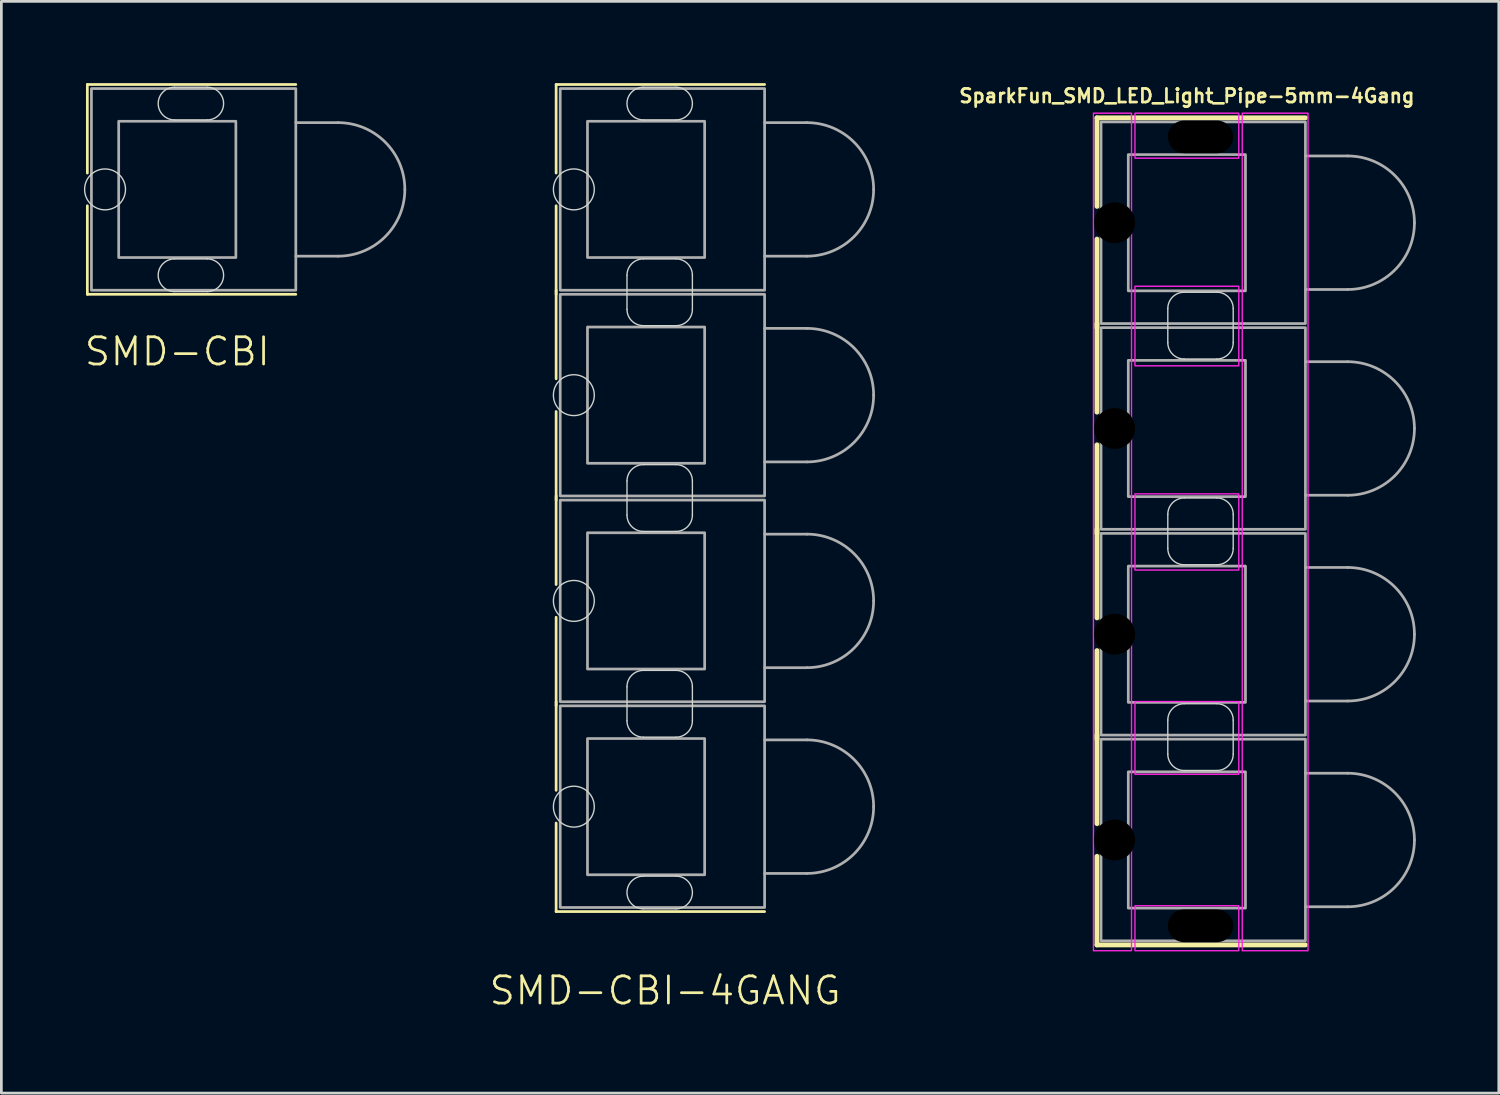
<source format=kicad_pcb>
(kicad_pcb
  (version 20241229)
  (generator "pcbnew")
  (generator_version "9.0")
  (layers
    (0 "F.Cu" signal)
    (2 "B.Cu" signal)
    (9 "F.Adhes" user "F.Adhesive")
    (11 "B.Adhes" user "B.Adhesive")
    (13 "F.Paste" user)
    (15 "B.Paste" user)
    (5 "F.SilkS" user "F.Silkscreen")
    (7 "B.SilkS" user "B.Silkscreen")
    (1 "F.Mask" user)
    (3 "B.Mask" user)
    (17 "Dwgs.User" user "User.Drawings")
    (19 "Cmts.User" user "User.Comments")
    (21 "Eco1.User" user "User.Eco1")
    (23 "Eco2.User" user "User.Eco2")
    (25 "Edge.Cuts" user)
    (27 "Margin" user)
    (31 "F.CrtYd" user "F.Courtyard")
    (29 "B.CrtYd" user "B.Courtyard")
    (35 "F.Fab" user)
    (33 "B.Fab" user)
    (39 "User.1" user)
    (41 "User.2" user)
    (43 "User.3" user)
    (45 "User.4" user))
  (footprint "SMD-CBI-4GANG"
    (layer "F.Cu")
    (at 20.657 26.55)
    (property "Reference" "SMD-CBI-4GANG" (at 0.7 6.75 0) (unlocked yes) (layer "F.SilkS") (effects (font (size 1 1) (thickness 0.1))))
    (fp_line (start -3.3 -26.5) (end -3.3 -23.25) (stroke (width 0.1) (type default)) (layer "F.SilkS"))
    (fp_line (start -3.3 -18.95) (end -3.3 -15.7) (stroke (width 0.1) (type default)) (layer "F.SilkS"))
    (fp_line (start -3.3 -18.8) (end -3.3 -22.05) (stroke (width 0.1) (type default)) (layer "F.SilkS"))
    (fp_line (start -3.3 -11.4) (end -3.3 -8.15) (stroke (width 0.1) (type default)) (layer "F.SilkS"))
    (fp_line (start -3.3 -11.25) (end -3.3 -14.5) (stroke (width 0.1) (type default)) (layer "F.SilkS"))
    (fp_line (start -3.3 -3.85) (end -3.3 -0.6) (stroke (width 0.1) (type default)) (layer "F.SilkS"))
    (fp_line (start -3.3 -3.7) (end -3.3 -6.95) (stroke (width 0.1) (type default)) (layer "F.SilkS"))
    (fp_line (start -3.3 3.85) (end -3.3 0.6) (stroke (width 0.1) (type default)) (layer "F.SilkS"))
    (fp_line (start 4.35 -26.5) (end -3.3 -26.5) (stroke (width 0.1) (type default)) (layer "F.SilkS"))
    (fp_line (start 4.35 3.85) (end -3.3 3.85) (stroke (width 0.1) (type default)) (layer "F.SilkS"))
    (fp_line (start -0.7 -19.5) (end -0.7 -18.25) (stroke (width 0.05) (type default)) (layer "Edge.Cuts"))
    (fp_line (start -0.7 -11.95) (end -0.7 -10.7) (stroke (width 0.05) (type default)) (layer "Edge.Cuts"))
    (fp_line (start -0.7 -4.4) (end -0.7 -3.15) (stroke (width 0.05) (type default)) (layer "Edge.Cuts"))
    (fp_line (start -0.1 -26.4) (end 1.1 -26.4) (stroke (width 0.05) (type default)) (layer "Edge.Cuts"))
    (fp_line (start -0.1 -20.1) (end 1.1 -20.1) (stroke (width 0.05) (type default)) (layer "Edge.Cuts"))
    (fp_line (start -0.1 -12.55) (end 1.1 -12.55) (stroke (width 0.05) (type default)) (layer "Edge.Cuts"))
    (fp_line (start -0.1 -5) (end 1.1 -5) (stroke (width 0.05) (type default)) (layer "Edge.Cuts"))
    (fp_line (start -0.1 2.55) (end 1.1 2.55) (stroke (width 0.05) (type default)) (layer "Edge.Cuts"))
    (fp_line (start 1.1 -25.2) (end -0.1 -25.2) (stroke (width 0.05) (type default)) (layer "Edge.Cuts"))
    (fp_line (start 1.1 -17.65) (end -0.1 -17.65) (stroke (width 0.05) (type default)) (layer "Edge.Cuts"))
    (fp_line (start 1.1 -10.1) (end -0.1 -10.1) (stroke (width 0.05) (type default)) (layer "Edge.Cuts"))
    (fp_line (start 1.1 -2.55) (end -0.1 -2.55) (stroke (width 0.05) (type default)) (layer "Edge.Cuts"))
    (fp_line (start 1.1 3.75) (end -0.1 3.75) (stroke (width 0.05) (type default)) (layer "Edge.Cuts"))
    (fp_line (start 1.7 -19.5) (end 1.7 -18.25) (stroke (width 0.05) (type default)) (layer "Edge.Cuts"))
    (fp_line (start 1.7 -11.95) (end 1.7 -10.7) (stroke (width 0.05) (type default)) (layer "Edge.Cuts"))
    (fp_line (start 1.7 -4.4) (end 1.7 -3.15) (stroke (width 0.05) (type default)) (layer "Edge.Cuts"))
    (fp_arc (start -0.7 -19.5) (mid -0.524264 -19.924264) (end -0.1 -20.1) (stroke (width 0.05) (type default)) (layer "Edge.Cuts"))
    (fp_arc (start -0.7 -11.95) (mid -0.524264 -12.374264) (end -0.1 -12.55) (stroke (width 0.05) (type default)) (layer "Edge.Cuts"))
    (fp_arc (start -0.7 -4.4) (mid -0.524264 -4.824264) (end -0.1 -5) (stroke (width 0.05) (type default)) (layer "Edge.Cuts"))
    (fp_arc (start -0.1 -25.2) (mid -0.7 -25.8) (end -0.1 -26.4) (stroke (width 0.05) (type default)) (layer "Edge.Cuts"))
    (fp_arc (start -0.1 -17.65) (mid -0.524264 -17.825736) (end -0.7 -18.25) (stroke (width 0.05) (type default)) (layer "Edge.Cuts"))
    (fp_arc (start -0.1 -10.1) (mid -0.524264 -10.275736) (end -0.7 -10.7) (stroke (width 0.05) (type default)) (layer "Edge.Cuts"))
    (fp_arc (start -0.1 -2.55) (mid -0.524264 -2.725736) (end -0.7 -3.15) (stroke (width 0.05) (type default)) (layer "Edge.Cuts"))
    (fp_arc (start -0.1 3.75) (mid -0.7 3.15) (end -0.1 2.55) (stroke (width 0.05) (type default)) (layer "Edge.Cuts"))
    (fp_arc (start 1.1 -26.4) (mid 1.7 -25.8) (end 1.1 -25.2) (stroke (width 0.05) (type default)) (layer "Edge.Cuts"))
    (fp_arc (start 1.1 -20.1) (mid 1.524264 -19.924264) (end 1.7 -19.5) (stroke (width 0.05) (type default)) (layer "Edge.Cuts"))
    (fp_arc (start 1.1 -12.55) (mid 1.524264 -12.374264) (end 1.7 -11.95) (stroke (width 0.05) (type default)) (layer "Edge.Cuts"))
    (fp_arc (start 1.1 -5) (mid 1.524264 -4.824264) (end 1.7 -4.4) (stroke (width 0.05) (type default)) (layer "Edge.Cuts"))
    (fp_arc (start 1.1 2.55) (mid 1.7 3.15) (end 1.1 3.75) (stroke (width 0.05) (type default)) (layer "Edge.Cuts"))
    (fp_arc (start 1.7 -18.25) (mid 1.524264 -17.825736) (end 1.1 -17.65) (stroke (width 0.05) (type default)) (layer "Edge.Cuts"))
    (fp_arc (start 1.7 -10.7) (mid 1.524264 -10.275736) (end 1.1 -10.1) (stroke (width 0.05) (type default)) (layer "Edge.Cuts"))
    (fp_arc (start 1.7 -3.15) (mid 1.524264 -2.725736) (end 1.1 -2.55) (stroke (width 0.05) (type default)) (layer "Edge.Cuts"))
    (fp_circle (center -2.65 -22.65) (end -1.9 -22.65) (stroke (width 0.05) (type default)) (fill no) (layer "Edge.Cuts"))
    (fp_circle (center -2.65 -15.1) (end -1.9 -15.1) (stroke (width 0.05) (type default)) (fill no) (layer "Edge.Cuts"))
    (fp_circle (center -2.65 -7.55) (end -1.9 -7.55) (stroke (width 0.05) (type default)) (fill no) (layer "Edge.Cuts"))
    (fp_circle (center -2.65 0) (end -1.9 0) (stroke (width 0.05) (type default)) (fill no) (layer "Edge.Cuts"))
    (fp_line (start 5.9 -25.1) (end 4.35 -25.1) (stroke (width 0.1) (type default)) (layer "F.Fab"))
    (fp_line (start 5.9 -20.2) (end 4.35 -20.2) (stroke (width 0.1) (type default)) (layer "F.Fab"))
    (fp_line (start 5.9 -17.55) (end 4.35 -17.55) (stroke (width 0.1) (type default)) (layer "F.Fab"))
    (fp_line (start 5.9 -12.65) (end 4.35 -12.65) (stroke (width 0.1) (type default)) (layer "F.Fab"))
    (fp_line (start 5.9 -10) (end 4.35 -10) (stroke (width 0.1) (type default)) (layer "F.Fab"))
    (fp_line (start 5.9 -5.1) (end 4.35 -5.1) (stroke (width 0.1) (type default)) (layer "F.Fab"))
    (fp_line (start 5.9 -2.45) (end 4.35 -2.45) (stroke (width 0.1) (type default)) (layer "F.Fab"))
    (fp_line (start 5.9 2.45) (end 4.35 2.45) (stroke (width 0.1) (type default)) (layer "F.Fab"))
    (fp_rect (start -3.15 -26.35) (end 4.35 -18.95) (stroke (width 0.1) (type default)) (fill no) (layer "F.Fab"))
    (fp_rect (start -3.15 -18.8) (end 4.35 -11.4) (stroke (width 0.1) (type default)) (fill no) (layer "F.Fab"))
    (fp_rect (start -3.15 -11.25) (end 4.35 -3.85) (stroke (width 0.1) (type default)) (fill no) (layer "F.Fab"))
    (fp_rect (start -3.15 -3.7) (end 4.35 3.7) (stroke (width 0.1) (type default)) (fill no) (layer "F.Fab"))
    (fp_rect (start -2.15 -25.15) (end 2.15 -20.15) (stroke (width 0.1) (type default)) (fill no) (layer "F.Fab"))
    (fp_rect (start -2.15 -17.6) (end 2.15 -12.6) (stroke (width 0.1) (type default)) (fill no) (layer "F.Fab"))
    (fp_rect (start -2.15 -10.05) (end 2.15 -5.05) (stroke (width 0.1) (type default)) (fill no) (layer "F.Fab"))
    (fp_rect (start -2.15 -2.5) (end 2.15 2.5) (stroke (width 0.1) (type default)) (fill no) (layer "F.Fab"))
    (fp_arc (start 5.9 -25.1) (mid 7.632412 -24.382412) (end 8.35 -22.65) (stroke (width 0.1) (type default)) (layer "F.Fab"))
    (fp_arc (start 5.9 -17.55) (mid 7.632412 -16.832412) (end 8.35 -15.1) (stroke (width 0.1) (type default)) (layer "F.Fab"))
    (fp_arc (start 5.9 -10) (mid 7.632412 -9.282412) (end 8.35 -7.55) (stroke (width 0.1) (type default)) (layer "F.Fab"))
    (fp_arc (start 5.9 -2.45) (mid 7.632412 -1.732412) (end 8.35 0) (stroke (width 0.1) (type default)) (layer "F.Fab"))
    (fp_arc (start 8.35 -22.65) (mid 7.632412 -20.917588) (end 5.9 -20.2) (stroke (width 0.1) (type default)) (layer "F.Fab"))
    (fp_arc (start 8.35 -15.1) (mid 7.632412 -13.367588) (end 5.9 -12.65) (stroke (width 0.1) (type default)) (layer "F.Fab"))
    (fp_arc (start 8.35 -7.55) (mid 7.632412 -5.817588) (end 5.9 -5.1) (stroke (width 0.1) (type default)) (layer "F.Fab"))
    (fp_arc (start 8.35 0) (mid 7.632412 1.732412) (end 5.9 2.45) (stroke (width 0.1) (type default)) (layer "F.Fab")))
  (footprint "SMD-CBI"
    (layer "F.Cu")
    (at 3.455 3.9)
    (property "Reference" "SMD-CBI" (at 0 5.95 0) (unlocked yes) (layer "F.SilkS") (effects (font (size 1 1) (thickness 0.1))))
    (fp_line (start -3.3 -3.85) (end -3.3 -0.6) (stroke (width 0.1) (type default)) (layer "F.SilkS"))
    (fp_line (start -3.3 3.85) (end -3.3 0.6) (stroke (width 0.1) (type default)) (layer "F.SilkS"))
    (fp_line (start 4.35 -3.85) (end -3.3 -3.85) (stroke (width 0.1) (type default)) (layer "F.SilkS"))
    (fp_line (start 4.35 3.85) (end -3.3 3.85) (stroke (width 0.1) (type default)) (layer "F.SilkS"))
    (fp_line (start -0.1 -3.75) (end 1.1 -3.75) (stroke (width 0.05) (type default)) (layer "Edge.Cuts"))
    (fp_line (start -0.1 2.55) (end 1.1 2.55) (stroke (width 0.05) (type default)) (layer "Edge.Cuts"))
    (fp_line (start 1.1 -2.55) (end -0.1 -2.55) (stroke (width 0.05) (type default)) (layer "Edge.Cuts"))
    (fp_line (start 1.1 3.75) (end -0.1 3.75) (stroke (width 0.05) (type default)) (layer "Edge.Cuts"))
    (fp_arc (start -0.1 -2.55) (mid -0.7 -3.15) (end -0.1 -3.75) (stroke (width 0.05) (type default)) (layer "Edge.Cuts"))
    (fp_arc (start -0.1 3.75) (mid -0.7 3.15) (end -0.1 2.55) (stroke (width 0.05) (type default)) (layer "Edge.Cuts"))
    (fp_arc (start 1.1 -3.75) (mid 1.7 -3.15) (end 1.1 -2.55) (stroke (width 0.05) (type default)) (layer "Edge.Cuts"))
    (fp_arc (start 1.1 2.55) (mid 1.7 3.15) (end 1.1 3.75) (stroke (width 0.05) (type default)) (layer "Edge.Cuts"))
    (fp_circle (center -2.65 0) (end -1.9 0) (stroke (width 0.05) (type default)) (fill no) (layer "Edge.Cuts"))
    (fp_line (start 5.9 -2.45) (end 4.35 -2.45) (stroke (width 0.1) (type default)) (layer "F.Fab"))
    (fp_line (start 5.9 2.45) (end 4.35 2.45) (stroke (width 0.1) (type default)) (layer "F.Fab"))
    (fp_rect (start -3.15 -3.7) (end 4.35 3.7) (stroke (width 0.1) (type default)) (fill no) (layer "F.Fab"))
    (fp_rect (start -2.15 -2.5) (end 2.15 2.5) (stroke (width 0.1) (type default)) (fill no) (layer "F.Fab"))
    (fp_arc (start 5.9 -2.45) (mid 7.632412 -1.732412) (end 8.35 0) (stroke (width 0.1) (type default)) (layer "F.Fab"))
    (fp_arc (start 8.35 0) (mid 7.632412 1.732412) (end 5.9 2.45) (stroke (width 0.1) (type default)) (layer "F.Fab")))
  (footprint "SparkFun_SMD_LED_Light_Pipe-5mm-4Gang"
    (layer "F.Cu")
    (at 40.502 27.773)
    (property "Reference" "SparkFun_SMD_LED_Light_Pipe-5mm-4Gang" (at 0 -27.305 0) (unlocked yes) (layer "F.SilkS") (effects (font (size 0.5 0.5) (thickness 0.1))))
    (fp_line (start -3.3 -26.5) (end -3.3 -23.25) (stroke (width 0.178) (type default)) (layer "F.SilkS"))
    (fp_line (start -3.3 -18.95) (end -3.3 -15.7) (stroke (width 0.178) (type default)) (layer "F.SilkS"))
    (fp_line (start -3.3 -18.8) (end -3.3 -22.05) (stroke (width 0.178) (type default)) (layer "F.SilkS"))
    (fp_line (start -3.3 -11.4) (end -3.3 -8.15) (stroke (width 0.178) (type default)) (layer "F.SilkS"))
    (fp_line (start -3.3 -11.25) (end -3.3 -14.5) (stroke (width 0.178) (type default)) (layer "F.SilkS"))
    (fp_line (start -3.3 -3.85) (end -3.3 -0.6) (stroke (width 0.178) (type default)) (layer "F.SilkS"))
    (fp_line (start -3.3 -3.7) (end -3.3 -6.95) (stroke (width 0.178) (type default)) (layer "F.SilkS"))
    (fp_line (start -3.3 3.85) (end -3.3 0.6) (stroke (width 0.178) (type default)) (layer "F.SilkS"))
    (fp_line (start 4.35 -26.5) (end -3.3 -26.5) (stroke (width 0.178) (type default)) (layer "F.SilkS"))
    (fp_line (start 4.35 3.85) (end -3.3 3.85) (stroke (width 0.178) (type default)) (layer "F.SilkS"))
    (fp_line (start -0.7 -19.5) (end -0.7 -18.25) (stroke (width 0.05) (type default)) (layer "Edge.Cuts"))
    (fp_line (start -0.7 -11.95) (end -0.7 -10.7) (stroke (width 0.05) (type default)) (layer "Edge.Cuts"))
    (fp_line (start -0.7 -4.4) (end -0.7 -3.15) (stroke (width 0.05) (type default)) (layer "Edge.Cuts"))
    (fp_line (start -0.1 -20.1) (end 1.1 -20.1) (stroke (width 0.05) (type default)) (layer "Edge.Cuts"))
    (fp_line (start -0.1 -12.55) (end 1.1 -12.55) (stroke (width 0.05) (type default)) (layer "Edge.Cuts"))
    (fp_line (start -0.1 -5) (end 1.1 -5) (stroke (width 0.05) (type default)) (layer "Edge.Cuts"))
    (fp_line (start 1.1 -17.65) (end -0.1 -17.65) (stroke (width 0.05) (type default)) (layer "Edge.Cuts"))
    (fp_line (start 1.1 -10.1) (end -0.1 -10.1) (stroke (width 0.05) (type default)) (layer "Edge.Cuts"))
    (fp_line (start 1.1 -2.55) (end -0.1 -2.55) (stroke (width 0.05) (type default)) (layer "Edge.Cuts"))
    (fp_line (start 1.7 -19.5) (end 1.7 -18.25) (stroke (width 0.05) (type default)) (layer "Edge.Cuts"))
    (fp_line (start 1.7 -11.95) (end 1.7 -10.7) (stroke (width 0.05) (type default)) (layer "Edge.Cuts"))
    (fp_line (start 1.7 -4.4) (end 1.7 -3.15) (stroke (width 0.05) (type default)) (layer "Edge.Cuts"))
    (fp_arc (start -0.7 -19.5) (mid -0.524264 -19.924264) (end -0.1 -20.1) (stroke (width 0.05) (type default)) (layer "Edge.Cuts"))
    (fp_arc (start -0.7 -11.95) (mid -0.524264 -12.374264) (end -0.1 -12.55) (stroke (width 0.05) (type default)) (layer "Edge.Cuts"))
    (fp_arc (start -0.7 -4.4) (mid -0.524264 -4.824264) (end -0.1 -5) (stroke (width 0.05) (type default)) (layer "Edge.Cuts"))
    (fp_arc (start -0.1 -17.65) (mid -0.524264 -17.825736) (end -0.7 -18.25) (stroke (width 0.05) (type default)) (layer "Edge.Cuts"))
    (fp_arc (start -0.1 -10.1) (mid -0.524264 -10.275736) (end -0.7 -10.7) (stroke (width 0.05) (type default)) (layer "Edge.Cuts"))
    (fp_arc (start -0.1 -2.55) (mid -0.524264 -2.725736) (end -0.7 -3.15) (stroke (width 0.05) (type default)) (layer "Edge.Cuts"))
    (fp_arc (start 1.1 -20.1) (mid 1.524264 -19.924264) (end 1.7 -19.5) (stroke (width 0.05) (type default)) (layer "Edge.Cuts"))
    (fp_arc (start 1.1 -12.55) (mid 1.524264 -12.374264) (end 1.7 -11.95) (stroke (width 0.05) (type default)) (layer "Edge.Cuts"))
    (fp_arc (start 1.1 -5) (mid 1.524264 -4.824264) (end 1.7 -4.4) (stroke (width 0.05) (type default)) (layer "Edge.Cuts"))
    (fp_arc (start 1.7 -18.25) (mid 1.524264 -17.825736) (end 1.1 -17.65) (stroke (width 0.05) (type default)) (layer "Edge.Cuts"))
    (fp_arc (start 1.7 -10.7) (mid 1.524264 -10.275736) (end 1.1 -10.1) (stroke (width 0.05) (type default)) (layer "Edge.Cuts"))
    (fp_arc (start 1.7 -3.15) (mid 1.524264 -2.725736) (end 1.1 -2.55) (stroke (width 0.05) (type default)) (layer "Edge.Cuts"))
    (fp_rect (start -3.429 -26.67) (end -2.032 4.064) (stroke (width 0.05) (type default)) (fill no) (layer "F.CrtYd"))
    (fp_rect (start -1.905 -26.67) (end 1.905 -25.019) (stroke (width 0.05) (type default)) (fill no) (layer "F.CrtYd"))
    (fp_rect (start -1.905 -20.32) (end 1.905 -17.399) (stroke (width 0.05) (type default)) (fill no) (layer "F.CrtYd"))
    (fp_rect (start -1.905 -12.7) (end 1.905 -9.906) (stroke (width 0.05) (type default)) (fill no) (layer "F.CrtYd"))
    (fp_rect (start -1.905 -5.08) (end 1.905 -2.413) (stroke (width 0.05) (type default)) (fill no) (layer "F.CrtYd"))
    (fp_rect (start -1.905 2.413) (end 1.905 4.064) (stroke (width 0.05) (type default)) (fill no) (layer "F.CrtYd"))
    (fp_rect (start 2.032 -26.67) (end 4.445 4.064) (stroke (width 0.05) (type default)) (fill no) (layer "F.CrtYd"))
    (fp_line (start 5.9 -25.1) (end 4.35 -25.1) (stroke (width 0.1) (type default)) (layer "F.Fab"))
    (fp_line (start 5.9 -20.2) (end 4.35 -20.2) (stroke (width 0.1) (type default)) (layer "F.Fab"))
    (fp_line (start 5.9 -17.55) (end 4.35 -17.55) (stroke (width 0.1) (type default)) (layer "F.Fab"))
    (fp_line (start 5.9 -12.65) (end 4.35 -12.65) (stroke (width 0.1) (type default)) (layer "F.Fab"))
    (fp_line (start 5.9 -10) (end 4.35 -10) (stroke (width 0.1) (type default)) (layer "F.Fab"))
    (fp_line (start 5.9 -5.1) (end 4.35 -5.1) (stroke (width 0.1) (type default)) (layer "F.Fab"))
    (fp_line (start 5.9 -2.45) (end 4.35 -2.45) (stroke (width 0.1) (type default)) (layer "F.Fab"))
    (fp_line (start 5.9 2.45) (end 4.35 2.45) (stroke (width 0.1) (type default)) (layer "F.Fab"))
    (fp_rect (start -3.15 -26.35) (end 4.35 -18.95) (stroke (width 0.1) (type default)) (fill no) (layer "F.Fab"))
    (fp_rect (start -3.15 -18.8) (end 4.35 -11.4) (stroke (width 0.1) (type default)) (fill no) (layer "F.Fab"))
    (fp_rect (start -3.15 -11.25) (end 4.35 -3.85) (stroke (width 0.1) (type default)) (fill no) (layer "F.Fab"))
    (fp_rect (start -3.15 -3.7) (end 4.35 3.7) (stroke (width 0.1) (type default)) (fill no) (layer "F.Fab"))
    (fp_rect (start -2.15 -25.15) (end 2.15 -20.15) (stroke (width 0.1) (type default)) (fill no) (layer "F.Fab"))
    (fp_rect (start -2.15 -17.6) (end 2.15 -12.6) (stroke (width 0.1) (type default)) (fill no) (layer "F.Fab"))
    (fp_rect (start -2.15 -10.05) (end 2.15 -5.05) (stroke (width 0.1) (type default)) (fill no) (layer "F.Fab"))
    (fp_rect (start -2.15 -2.5) (end 2.15 2.5) (stroke (width 0.1) (type default)) (fill no) (layer "F.Fab"))
    (fp_arc (start 5.9 -25.1) (mid 7.632412 -24.382412) (end 8.35 -22.65) (stroke (width 0.1) (type default)) (layer "F.Fab"))
    (fp_arc (start 5.9 -17.55) (mid 7.632412 -16.832412) (end 8.35 -15.1) (stroke (width 0.1) (type default)) (layer "F.Fab"))
    (fp_arc (start 5.9 -10) (mid 7.632412 -9.282412) (end 8.35 -7.55) (stroke (width 0.1) (type default)) (layer "F.Fab"))
    (fp_arc (start 5.9 -2.45) (mid 7.632412 -1.732412) (end 8.35 0) (stroke (width 0.1) (type default)) (layer "F.Fab"))
    (fp_arc (start 8.35 -22.65) (mid 7.632412 -20.917588) (end 5.9 -20.2) (stroke (width 0.1) (type default)) (layer "F.Fab"))
    (fp_arc (start 8.35 -15.1) (mid 7.632412 -13.367588) (end 5.9 -12.65) (stroke (width 0.1) (type default)) (layer "F.Fab"))
    (fp_arc (start 8.35 -7.55) (mid 7.632412 -5.817588) (end 5.9 -5.1) (stroke (width 0.1) (type default)) (layer "F.Fab"))
    (fp_arc (start 8.35 0) (mid 7.632412 1.732412) (end 5.9 2.45) (stroke (width 0.1) (type default)) (layer "F.Fab"))
    (pad "" np_thru_hole circle (at -2.65 -22.65) (size 1.5 1.5) (drill 1.5) (layers "*.Mask"))
    (pad "" np_thru_hole circle (at -2.65 -15.1) (size 1.5 1.5) (drill 1.5) (layers "*.Mask"))
    (pad "" np_thru_hole circle (at -2.65 -7.55) (size 1.5 1.5) (drill 1.5) (layers "*.Mask"))
    (pad "" np_thru_hole circle (at -2.65 0) (size 1.5 1.5) (drill 1.5) (layers "*.Mask"))
    (pad "" np_thru_hole oval (at 0.5 -25.8) (size 2.4 1.2) (drill oval 2.4 1.2) (layers "*.Mask"))
    (pad "" np_thru_hole oval (at 0.5 3.15) (size 2.4 1.2) (drill oval 2.4 1.2) (layers "*.Mask")))
  (gr_rect
    (start -3 -3)
    (end 51.948 37.06)
    (stroke (width 0.1) (type default))
    (fill no)
    (layer "Edge.Cuts")))
</source>
